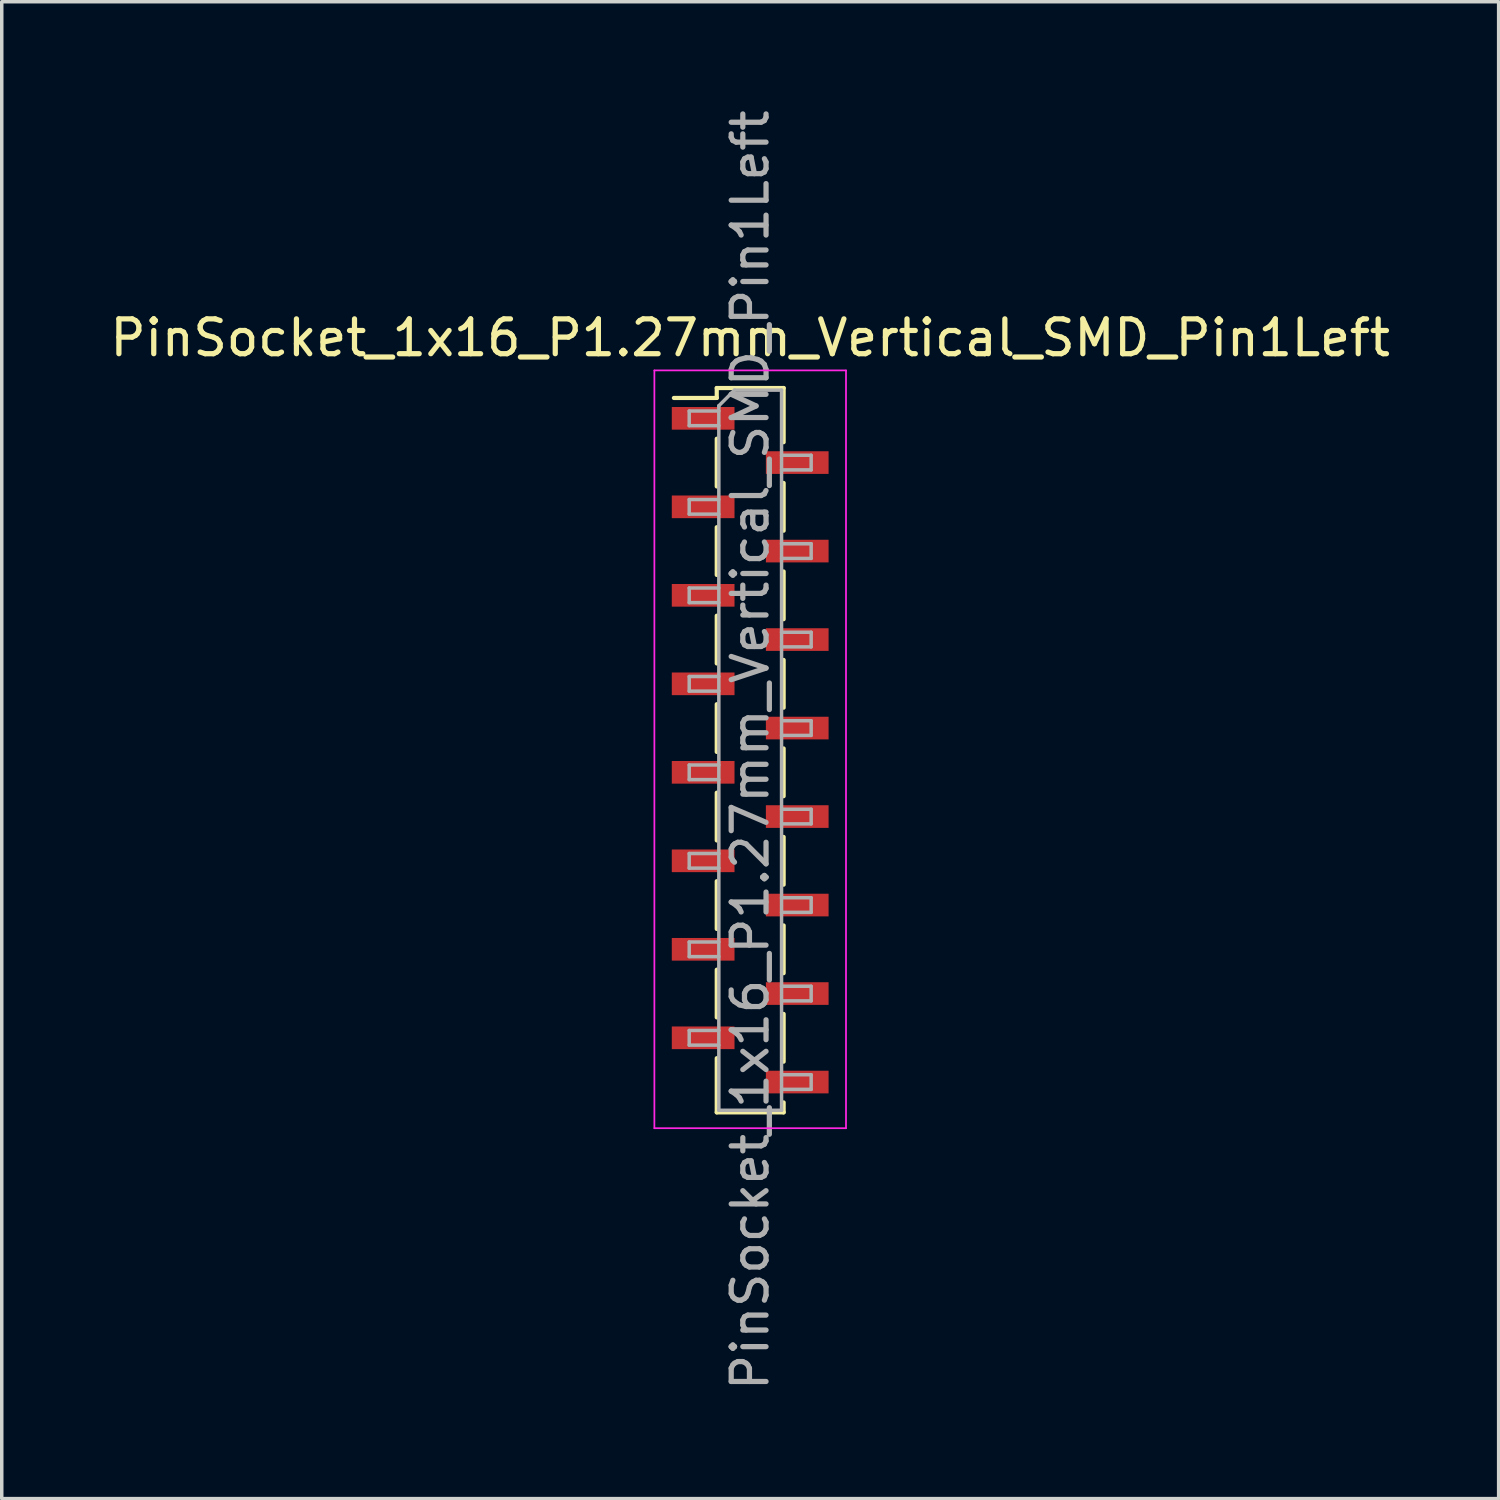
<source format=kicad_pcb>
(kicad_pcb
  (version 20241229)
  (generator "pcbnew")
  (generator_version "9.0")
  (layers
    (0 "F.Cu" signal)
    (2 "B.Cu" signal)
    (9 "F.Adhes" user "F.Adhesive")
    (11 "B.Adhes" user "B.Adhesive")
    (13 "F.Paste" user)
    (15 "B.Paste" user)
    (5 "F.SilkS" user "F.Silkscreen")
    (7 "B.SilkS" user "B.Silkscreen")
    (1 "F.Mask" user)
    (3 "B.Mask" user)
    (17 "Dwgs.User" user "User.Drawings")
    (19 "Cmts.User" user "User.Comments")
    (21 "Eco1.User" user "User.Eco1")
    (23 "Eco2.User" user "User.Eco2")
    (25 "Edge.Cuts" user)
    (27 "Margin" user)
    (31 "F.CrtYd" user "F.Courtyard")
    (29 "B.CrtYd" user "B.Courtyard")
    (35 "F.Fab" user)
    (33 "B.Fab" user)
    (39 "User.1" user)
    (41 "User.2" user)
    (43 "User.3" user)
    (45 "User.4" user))
  (footprint "PinSocket_1x16_P1.27mm_Vertical_SMD_Pin1Left"
    (layer "F.Cu")
    (at 18.482 18.482)
    (property "Reference" "PinSocket_1x16_P1.27mm_Vertical_SMD_Pin1Left" (at 0 -11.835 0) (layer "F.SilkS") (effects (font (size 1 1) (thickness 0.15))))
    (attr smd)
    (fp_line (start -2.19 -10.11) (end -0.96 -10.11) (stroke (width 0.12) (type solid)) (layer "F.SilkS"))
    (fp_line (start -0.96 -10.395) (end -0.96 -10.11) (stroke (width 0.12) (type solid)) (layer "F.SilkS"))
    (fp_line (start -0.96 -10.395) (end 0.96 -10.395) (stroke (width 0.12) (type solid)) (layer "F.SilkS"))
    (fp_line (start -0.96 -8.94) (end -0.96 -7.57) (stroke (width 0.12) (type solid)) (layer "F.SilkS"))
    (fp_line (start -0.96 -6.4) (end -0.96 -5.03) (stroke (width 0.12) (type solid)) (layer "F.SilkS"))
    (fp_line (start -0.96 -3.86) (end -0.96 -2.49) (stroke (width 0.12) (type solid)) (layer "F.SilkS"))
    (fp_line (start -0.96 -1.32) (end -0.96 0.05) (stroke (width 0.12) (type solid)) (layer "F.SilkS"))
    (fp_line (start -0.96 1.22) (end -0.96 2.59) (stroke (width 0.12) (type solid)) (layer "F.SilkS"))
    (fp_line (start -0.96 3.76) (end -0.96 5.13) (stroke (width 0.12) (type solid)) (layer "F.SilkS"))
    (fp_line (start -0.96 6.3) (end -0.96 7.67) (stroke (width 0.12) (type solid)) (layer "F.SilkS"))
    (fp_line (start -0.96 8.84) (end -0.96 10.395) (stroke (width 0.12) (type solid)) (layer "F.SilkS"))
    (fp_line (start -0.96 10.395) (end 0.96 10.395) (stroke (width 0.12) (type solid)) (layer "F.SilkS"))
    (fp_line (start 0.96 -10.395) (end 0.96 -8.84) (stroke (width 0.12) (type solid)) (layer "F.SilkS"))
    (fp_line (start 0.96 -7.67) (end 0.96 -6.3) (stroke (width 0.12) (type solid)) (layer "F.SilkS"))
    (fp_line (start 0.96 -5.13) (end 0.96 -3.76) (stroke (width 0.12) (type solid)) (layer "F.SilkS"))
    (fp_line (start 0.96 -2.59) (end 0.96 -1.22) (stroke (width 0.12) (type solid)) (layer "F.SilkS"))
    (fp_line (start 0.96 -0.05) (end 0.96 1.32) (stroke (width 0.12) (type solid)) (layer "F.SilkS"))
    (fp_line (start 0.96 2.49) (end 0.96 3.86) (stroke (width 0.12) (type solid)) (layer "F.SilkS"))
    (fp_line (start 0.96 5.03) (end 0.96 6.4) (stroke (width 0.12) (type solid)) (layer "F.SilkS"))
    (fp_line (start 0.96 7.57) (end 0.96 8.94) (stroke (width 0.12) (type solid)) (layer "F.SilkS"))
    (fp_line (start 0.96 10.11) (end 0.96 10.395) (stroke (width 0.12) (type solid)) (layer "F.SilkS"))
    (fp_line (start -2.75 -10.9) (end 2.75 -10.9) (stroke (width 0.05) (type solid)) (layer "F.CrtYd"))
    (fp_line (start -2.75 10.85) (end -2.75 -10.9) (stroke (width 0.05) (type solid)) (layer "F.CrtYd"))
    (fp_line (start 2.75 -10.9) (end 2.75 10.85) (stroke (width 0.05) (type solid)) (layer "F.CrtYd"))
    (fp_line (start 2.75 10.85) (end -2.75 10.85) (stroke (width 0.05) (type solid)) (layer "F.CrtYd"))
    (fp_line (start -1.75 -9.735) (end -0.9 -9.735) (stroke (width 0.1) (type solid)) (layer "F.Fab"))
    (fp_line (start -1.75 -9.315) (end -1.75 -9.735) (stroke (width 0.1) (type solid)) (layer "F.Fab"))
    (fp_line (start -1.75 -7.195) (end -0.9 -7.195) (stroke (width 0.1) (type solid)) (layer "F.Fab"))
    (fp_line (start -1.75 -6.775) (end -1.75 -7.195) (stroke (width 0.1) (type solid)) (layer "F.Fab"))
    (fp_line (start -1.75 -4.655) (end -0.9 -4.655) (stroke (width 0.1) (type solid)) (layer "F.Fab"))
    (fp_line (start -1.75 -4.235) (end -1.75 -4.655) (stroke (width 0.1) (type solid)) (layer "F.Fab"))
    (fp_line (start -1.75 -2.115) (end -0.9 -2.115) (stroke (width 0.1) (type solid)) (layer "F.Fab"))
    (fp_line (start -1.75 -1.695) (end -1.75 -2.115) (stroke (width 0.1) (type solid)) (layer "F.Fab"))
    (fp_line (start -1.75 0.425) (end -0.9 0.425) (stroke (width 0.1) (type solid)) (layer "F.Fab"))
    (fp_line (start -1.75 0.845) (end -1.75 0.425) (stroke (width 0.1) (type solid)) (layer "F.Fab"))
    (fp_line (start -1.75 2.965) (end -0.9 2.965) (stroke (width 0.1) (type solid)) (layer "F.Fab"))
    (fp_line (start -1.75 3.385) (end -1.75 2.965) (stroke (width 0.1) (type solid)) (layer "F.Fab"))
    (fp_line (start -1.75 5.505) (end -0.9 5.505) (stroke (width 0.1) (type solid)) (layer "F.Fab"))
    (fp_line (start -1.75 5.925) (end -1.75 5.505) (stroke (width 0.1) (type solid)) (layer "F.Fab"))
    (fp_line (start -1.75 8.045) (end -0.9 8.045) (stroke (width 0.1) (type solid)) (layer "F.Fab"))
    (fp_line (start -1.75 8.465) (end -1.75 8.045) (stroke (width 0.1) (type solid)) (layer "F.Fab"))
    (fp_line (start -0.9 -9.885) (end -0.45 -10.335) (stroke (width 0.1) (type solid)) (layer "F.Fab"))
    (fp_line (start -0.9 -9.315) (end -1.75 -9.315) (stroke (width 0.1) (type solid)) (layer "F.Fab"))
    (fp_line (start -0.9 -6.775) (end -1.75 -6.775) (stroke (width 0.1) (type solid)) (layer "F.Fab"))
    (fp_line (start -0.9 -4.235) (end -1.75 -4.235) (stroke (width 0.1) (type solid)) (layer "F.Fab"))
    (fp_line (start -0.9 -1.695) (end -1.75 -1.695) (stroke (width 0.1) (type solid)) (layer "F.Fab"))
    (fp_line (start -0.9 0.845) (end -1.75 0.845) (stroke (width 0.1) (type solid)) (layer "F.Fab"))
    (fp_line (start -0.9 3.385) (end -1.75 3.385) (stroke (width 0.1) (type solid)) (layer "F.Fab"))
    (fp_line (start -0.9 5.925) (end -1.75 5.925) (stroke (width 0.1) (type solid)) (layer "F.Fab"))
    (fp_line (start -0.9 8.465) (end -1.75 8.465) (stroke (width 0.1) (type solid)) (layer "F.Fab"))
    (fp_line (start -0.9 10.335) (end -0.9 -9.885) (stroke (width 0.1) (type solid)) (layer "F.Fab"))
    (fp_line (start -0.45 -10.335) (end 0.9 -10.335) (stroke (width 0.1) (type solid)) (layer "F.Fab"))
    (fp_line (start 0.9 -10.335) (end 0.9 10.335) (stroke (width 0.1) (type solid)) (layer "F.Fab"))
    (fp_line (start 0.9 -8.465) (end 1.75 -8.465) (stroke (width 0.1) (type solid)) (layer "F.Fab"))
    (fp_line (start 0.9 -5.925) (end 1.75 -5.925) (stroke (width 0.1) (type solid)) (layer "F.Fab"))
    (fp_line (start 0.9 -3.385) (end 1.75 -3.385) (stroke (width 0.1) (type solid)) (layer "F.Fab"))
    (fp_line (start 0.9 -0.845) (end 1.75 -0.845) (stroke (width 0.1) (type solid)) (layer "F.Fab"))
    (fp_line (start 0.9 1.695) (end 1.75 1.695) (stroke (width 0.1) (type solid)) (layer "F.Fab"))
    (fp_line (start 0.9 4.235) (end 1.75 4.235) (stroke (width 0.1) (type solid)) (layer "F.Fab"))
    (fp_line (start 0.9 6.775) (end 1.75 6.775) (stroke (width 0.1) (type solid)) (layer "F.Fab"))
    (fp_line (start 0.9 9.315) (end 1.75 9.315) (stroke (width 0.1) (type solid)) (layer "F.Fab"))
    (fp_line (start 0.9 10.335) (end -0.9 10.335) (stroke (width 0.1) (type solid)) (layer "F.Fab"))
    (fp_line (start 1.75 -8.465) (end 1.75 -8.045) (stroke (width 0.1) (type solid)) (layer "F.Fab"))
    (fp_line (start 1.75 -8.045) (end 0.9 -8.045) (stroke (width 0.1) (type solid)) (layer "F.Fab"))
    (fp_line (start 1.75 -5.925) (end 1.75 -5.505) (stroke (width 0.1) (type solid)) (layer "F.Fab"))
    (fp_line (start 1.75 -5.505) (end 0.9 -5.505) (stroke (width 0.1) (type solid)) (layer "F.Fab"))
    (fp_line (start 1.75 -3.385) (end 1.75 -2.965) (stroke (width 0.1) (type solid)) (layer "F.Fab"))
    (fp_line (start 1.75 -2.965) (end 0.9 -2.965) (stroke (width 0.1) (type solid)) (layer "F.Fab"))
    (fp_line (start 1.75 -0.845) (end 1.75 -0.425) (stroke (width 0.1) (type solid)) (layer "F.Fab"))
    (fp_line (start 1.75 -0.425) (end 0.9 -0.425) (stroke (width 0.1) (type solid)) (layer "F.Fab"))
    (fp_line (start 1.75 1.695) (end 1.75 2.115) (stroke (width 0.1) (type solid)) (layer "F.Fab"))
    (fp_line (start 1.75 2.115) (end 0.9 2.115) (stroke (width 0.1) (type solid)) (layer "F.Fab"))
    (fp_line (start 1.75 4.235) (end 1.75 4.655) (stroke (width 0.1) (type solid)) (layer "F.Fab"))
    (fp_line (start 1.75 4.655) (end 0.9 4.655) (stroke (width 0.1) (type solid)) (layer "F.Fab"))
    (fp_line (start 1.75 6.775) (end 1.75 7.195) (stroke (width 0.1) (type solid)) (layer "F.Fab"))
    (fp_line (start 1.75 7.195) (end 0.9 7.195) (stroke (width 0.1) (type solid)) (layer "F.Fab"))
    (fp_line (start 1.75 9.315) (end 1.75 9.735) (stroke (width 0.1) (type solid)) (layer "F.Fab"))
    (fp_line (start 1.75 9.735) (end 0.9 9.735) (stroke (width 0.1) (type solid)) (layer "F.Fab"))
    (fp_text user "${REFERENCE}" (at 0 0 90) (layer "F.Fab") (effects (font (size 1 1) (thickness 0.15))))
    (pad "1" smd rect (at -1.35 -9.525) (size 1.8 0.65) (layers "F.Cu" "F.Mask" "F.Paste"))
    (pad "2" smd rect (at 1.35 -8.255) (size 1.8 0.65) (layers "F.Cu" "F.Mask" "F.Paste"))
    (pad "3" smd rect (at -1.35 -6.985) (size 1.8 0.65) (layers "F.Cu" "F.Mask" "F.Paste"))
    (pad "4" smd rect (at 1.35 -5.715) (size 1.8 0.65) (layers "F.Cu" "F.Mask" "F.Paste"))
    (pad "5" smd rect (at -1.35 -4.445) (size 1.8 0.65) (layers "F.Cu" "F.Mask" "F.Paste"))
    (pad "6" smd rect (at 1.35 -3.175) (size 1.8 0.65) (layers "F.Cu" "F.Mask" "F.Paste"))
    (pad "7" smd rect (at -1.35 -1.905) (size 1.8 0.65) (layers "F.Cu" "F.Mask" "F.Paste"))
    (pad "8" smd rect (at 1.35 -0.635) (size 1.8 0.65) (layers "F.Cu" "F.Mask" "F.Paste"))
    (pad "9" smd rect (at -1.35 0.635) (size 1.8 0.65) (layers "F.Cu" "F.Mask" "F.Paste"))
    (pad "10" smd rect (at 1.35 1.905) (size 1.8 0.65) (layers "F.Cu" "F.Mask" "F.Paste"))
    (pad "11" smd rect (at -1.35 3.175) (size 1.8 0.65) (layers "F.Cu" "F.Mask" "F.Paste"))
    (pad "12" smd rect (at 1.35 4.445) (size 1.8 0.65) (layers "F.Cu" "F.Mask" "F.Paste"))
    (pad "13" smd rect (at -1.35 5.715) (size 1.8 0.65) (layers "F.Cu" "F.Mask" "F.Paste"))
    (pad "14" smd rect (at 1.35 6.985) (size 1.8 0.65) (layers "F.Cu" "F.Mask" "F.Paste"))
    (pad "15" smd rect (at -1.35 8.255) (size 1.8 0.65) (layers "F.Cu" "F.Mask" "F.Paste"))
    (pad "16" smd rect (at 1.35 9.525) (size 1.8 0.65) (layers "F.Cu" "F.Mask" "F.Paste")))
  (gr_rect
    (start -3 -3)
    (end 39.964 39.964)
    (stroke (width 0.1) (type default))
    (fill no)
    (layer "Edge.Cuts")))
</source>
